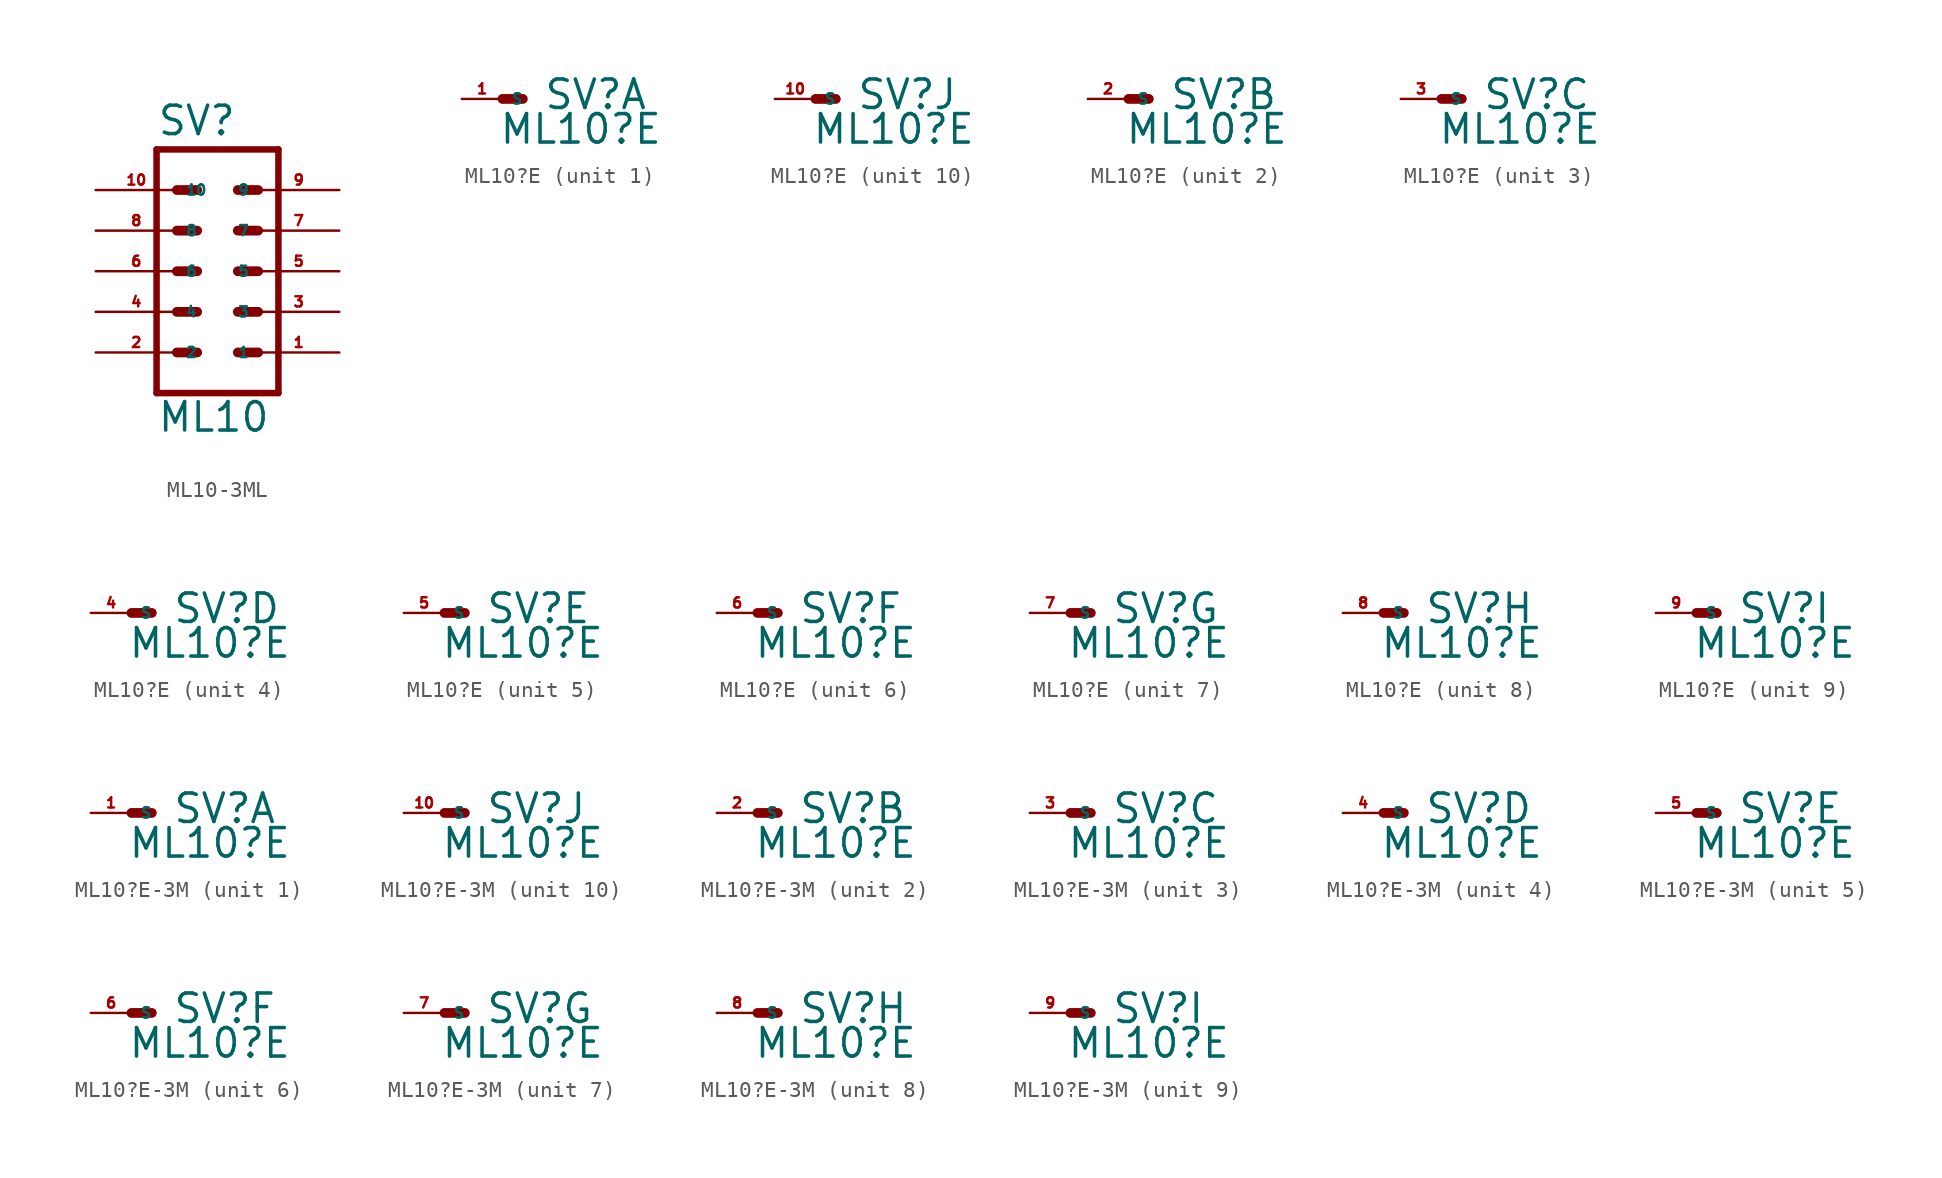
<source format=kicad_sym>
(kicad_symbol_lib
  (version 20220914)
  (generator Eagle2Kicad)
  (symbol "ML10-3ML"
    (property "Reference" "SV"
      (at -3.81 8.382 0)
      (effects (font (size 1.778 1.778) (thickness 0.22)) (justify left bottom)))
    (property "Value" "ML10"
      (at -3.81 -10.16 0)
      (effects (font (size 1.778 1.778) (thickness 0.22)) (justify left bottom)))
    (polyline
      (pts (xy 3.81 -7.62) (xy -3.81 -7.62))
      (stroke (width 0.406) (type default))
      (fill (type none)))
    (polyline
      (pts (xy -3.81 7.62) (xy -3.81 -7.62))
      (stroke (width 0.406) (type default))
      (fill (type none)))
    (polyline
      (pts (xy 3.81 -7.62) (xy 3.81 7.62))
      (stroke (width 0.406) (type default))
      (fill (type none)))
    (polyline
      (pts (xy -3.81 7.62) (xy 3.81 7.62))
      (stroke (width 0.406) (type default))
      (fill (type none)))
    (polyline
      (pts (xy 1.27 5.08) (xy 2.54 5.08))
      (stroke (width 0.61) (type default))
      (fill (type none)))
    (polyline
      (pts (xy 1.27 2.54) (xy 2.54 2.54))
      (stroke (width 0.61) (type default))
      (fill (type none)))
    (polyline
      (pts (xy 1.27 0) (xy 2.54 0))
      (stroke (width 0.61) (type default))
      (fill (type none)))
    (polyline
      (pts (xy 1.27 -2.54) (xy 2.54 -2.54))
      (stroke (width 0.61) (type default))
      (fill (type none)))
    (polyline
      (pts (xy 1.27 -5.08) (xy 2.54 -5.08))
      (stroke (width 0.61) (type default))
      (fill (type none)))
    (polyline
      (pts (xy -2.54 5.08) (xy -1.27 5.08))
      (stroke (width 0.61) (type default))
      (fill (type none)))
    (polyline
      (pts (xy -2.54 2.54) (xy -1.27 2.54))
      (stroke (width 0.61) (type default))
      (fill (type none)))
    (polyline
      (pts (xy -2.54 0) (xy -1.27 0))
      (stroke (width 0.61) (type default))
      (fill (type none)))
    (polyline
      (pts (xy -2.54 -2.54) (xy -1.27 -2.54))
      (stroke (width 0.61) (type default))
      (fill (type none)))
    (polyline
      (pts (xy -2.54 -5.08) (xy -1.27 -5.08))
      (stroke (width 0.61) (type default))
      (fill (type none)))
    (pin passive line
      (at 7.62 -5.08 180)
      (length 5.08)
      (name "1" (effects (font (size 0.635 0.635) (thickness 0.08)) (justify left bottom)))
      (number "1" (effects (font (size 0.635 0.635) (thickness 0.08)) (justify left bottom))))
    (pin passive line
      (at -7.62 -5.08 0)
      (length 5.08)
      (name "2" (effects (font (size 0.635 0.635) (thickness 0.08)) (justify left bottom)))
      (number "2" (effects (font (size 0.635 0.635) (thickness 0.08)) (justify left bottom))))
    (pin passive line
      (at 7.62 -2.54 180)
      (length 5.08)
      (name "3" (effects (font (size 0.635 0.635) (thickness 0.08)) (justify left bottom)))
      (number "3" (effects (font (size 0.635 0.635) (thickness 0.08)) (justify left bottom))))
    (pin passive line
      (at -7.62 -2.54 0)
      (length 5.08)
      (name "4" (effects (font (size 0.635 0.635) (thickness 0.08)) (justify left bottom)))
      (number "4" (effects (font (size 0.635 0.635) (thickness 0.08)) (justify left bottom))))
    (pin passive line
      (at 7.62 0 180)
      (length 5.08)
      (name "5" (effects (font (size 0.635 0.635) (thickness 0.08)) (justify left bottom)))
      (number "5" (effects (font (size 0.635 0.635) (thickness 0.08)) (justify left bottom))))
    (pin passive line
      (at -7.62 0 0)
      (length 5.08)
      (name "6" (effects (font (size 0.635 0.635) (thickness 0.08)) (justify left bottom)))
      (number "6" (effects (font (size 0.635 0.635) (thickness 0.08)) (justify left bottom))))
    (pin passive line
      (at 7.62 2.54 180)
      (length 5.08)
      (name "7" (effects (font (size 0.635 0.635) (thickness 0.08)) (justify left bottom)))
      (number "7" (effects (font (size 0.635 0.635) (thickness 0.08)) (justify left bottom))))
    (pin passive line
      (at -7.62 2.54 0)
      (length 5.08)
      (name "8" (effects (font (size 0.635 0.635) (thickness 0.08)) (justify left bottom)))
      (number "8" (effects (font (size 0.635 0.635) (thickness 0.08)) (justify left bottom))))
    (pin passive line
      (at 7.62 5.08 180)
      (length 5.08)
      (name "9" (effects (font (size 0.635 0.635) (thickness 0.08)) (justify left bottom)))
      (number "9" (effects (font (size 0.635 0.635) (thickness 0.08)) (justify left bottom))))
    (pin passive line
      (at -7.62 5.08 0)
      (length 5.08)
      (name "10" (effects (font (size 0.635 0.635) (thickness 0.08)) (justify left bottom)))
      (number "10" (effects (font (size 0.635 0.635) (thickness 0.08)) (justify left bottom)))))
  (symbol "ML10?E"
    (property "Reference" "SV"
      (at 2.54 -0.762 0)
      (effects (font (size 1.778 1.778) (thickness 0.22)) (justify left bottom)))
    (property "Value" "ML10?E"
      (at -0.254 -2.921 0)
      (effects (font (size 1.778 1.778) (thickness 0.22)) (justify left bottom)))
    (symbol "ML10?E_1_0"
      (polyline (pts (xy 1.27 0) (xy 0 0)) (stroke (width 0.61) (type default)) (fill (type none)))
      (pin passive line (at -2.54 0 0) (length 2.54) (name "S" (effects (font (size 0.635 0.635) (thickness 0.08)) (justify left bottom))) (number "1" (effects (font (size 0.635 0.635) (thickness 0.08)) (justify left bottom)))))
    (symbol "ML10?E_2_0"
      (polyline (pts (xy 1.27 0) (xy 0 0)) (stroke (width 0.61) (type default)) (fill (type none)))
      (pin passive line (at -2.54 0 0) (length 2.54) (name "S" (effects (font (size 0.635 0.635) (thickness 0.08)) (justify left bottom))) (number "2" (effects (font (size 0.635 0.635) (thickness 0.08)) (justify left bottom)))))
    (symbol "ML10?E_3_0"
      (polyline (pts (xy 1.27 0) (xy 0 0)) (stroke (width 0.61) (type default)) (fill (type none)))
      (pin passive line (at -2.54 0 0) (length 2.54) (name "S" (effects (font (size 0.635 0.635) (thickness 0.08)) (justify left bottom))) (number "3" (effects (font (size 0.635 0.635) (thickness 0.08)) (justify left bottom)))))
    (symbol "ML10?E_4_0"
      (polyline (pts (xy 1.27 0) (xy 0 0)) (stroke (width 0.61) (type default)) (fill (type none)))
      (pin passive line (at -2.54 0 0) (length 2.54) (name "S" (effects (font (size 0.635 0.635) (thickness 0.08)) (justify left bottom))) (number "4" (effects (font (size 0.635 0.635) (thickness 0.08)) (justify left bottom)))))
    (symbol "ML10?E_5_0"
      (polyline (pts (xy 1.27 0) (xy 0 0)) (stroke (width 0.61) (type default)) (fill (type none)))
      (pin passive line (at -2.54 0 0) (length 2.54) (name "S" (effects (font (size 0.635 0.635) (thickness 0.08)) (justify left bottom))) (number "5" (effects (font (size 0.635 0.635) (thickness 0.08)) (justify left bottom)))))
    (symbol "ML10?E_6_0"
      (polyline (pts (xy 1.27 0) (xy 0 0)) (stroke (width 0.61) (type default)) (fill (type none)))
      (pin passive line (at -2.54 0 0) (length 2.54) (name "S" (effects (font (size 0.635 0.635) (thickness 0.08)) (justify left bottom))) (number "6" (effects (font (size 0.635 0.635) (thickness 0.08)) (justify left bottom)))))
    (symbol "ML10?E_7_0"
      (polyline (pts (xy 1.27 0) (xy 0 0)) (stroke (width 0.61) (type default)) (fill (type none)))
      (pin passive line (at -2.54 0 0) (length 2.54) (name "S" (effects (font (size 0.635 0.635) (thickness 0.08)) (justify left bottom))) (number "7" (effects (font (size 0.635 0.635) (thickness 0.08)) (justify left bottom)))))
    (symbol "ML10?E_8_0"
      (polyline (pts (xy 1.27 0) (xy 0 0)) (stroke (width 0.61) (type default)) (fill (type none)))
      (pin passive line (at -2.54 0 0) (length 2.54) (name "S" (effects (font (size 0.635 0.635) (thickness 0.08)) (justify left bottom))) (number "8" (effects (font (size 0.635 0.635) (thickness 0.08)) (justify left bottom)))))
    (symbol "ML10?E_9_0"
      (polyline (pts (xy 1.27 0) (xy 0 0)) (stroke (width 0.61) (type default)) (fill (type none)))
      (pin passive line (at -2.54 0 0) (length 2.54) (name "S" (effects (font (size 0.635 0.635) (thickness 0.08)) (justify left bottom))) (number "9" (effects (font (size 0.635 0.635) (thickness 0.08)) (justify left bottom)))))
    (symbol "ML10?E_10_0"
      (polyline (pts (xy 1.27 0) (xy 0 0)) (stroke (width 0.61) (type default)) (fill (type none)))
      (pin passive line (at -2.54 0 0) (length 2.54) (name "S" (effects (font (size 0.635 0.635) (thickness 0.08)) (justify left bottom))) (number "10" (effects (font (size 0.635 0.635) (thickness 0.08)) (justify left bottom))))))
  (symbol "ML10?E-3M"
    (property "Reference" "SV"
      (at 2.54 -0.762 0)
      (effects (font (size 1.778 1.778) (thickness 0.22)) (justify left bottom)))
    (property "Value" "ML10?E"
      (at -0.254 -2.921 0)
      (effects (font (size 1.778 1.778) (thickness 0.22)) (justify left bottom)))
    (symbol "ML10?E-3M_1_0"
      (polyline (pts (xy 1.27 0) (xy 0 0)) (stroke (width 0.61) (type default)) (fill (type none)))
      (pin passive line (at -2.54 0 0) (length 2.54) (name "S" (effects (font (size 0.635 0.635) (thickness 0.08)) (justify left bottom))) (number "1" (effects (font (size 0.635 0.635) (thickness 0.08)) (justify left bottom)))))
    (symbol "ML10?E-3M_2_0"
      (polyline (pts (xy 1.27 0) (xy 0 0)) (stroke (width 0.61) (type default)) (fill (type none)))
      (pin passive line (at -2.54 0 0) (length 2.54) (name "S" (effects (font (size 0.635 0.635) (thickness 0.08)) (justify left bottom))) (number "2" (effects (font (size 0.635 0.635) (thickness 0.08)) (justify left bottom)))))
    (symbol "ML10?E-3M_3_0"
      (polyline (pts (xy 1.27 0) (xy 0 0)) (stroke (width 0.61) (type default)) (fill (type none)))
      (pin passive line (at -2.54 0 0) (length 2.54) (name "S" (effects (font (size 0.635 0.635) (thickness 0.08)) (justify left bottom))) (number "3" (effects (font (size 0.635 0.635) (thickness 0.08)) (justify left bottom)))))
    (symbol "ML10?E-3M_4_0"
      (polyline (pts (xy 1.27 0) (xy 0 0)) (stroke (width 0.61) (type default)) (fill (type none)))
      (pin passive line (at -2.54 0 0) (length 2.54) (name "S" (effects (font (size 0.635 0.635) (thickness 0.08)) (justify left bottom))) (number "4" (effects (font (size 0.635 0.635) (thickness 0.08)) (justify left bottom)))))
    (symbol "ML10?E-3M_5_0"
      (polyline (pts (xy 1.27 0) (xy 0 0)) (stroke (width 0.61) (type default)) (fill (type none)))
      (pin passive line (at -2.54 0 0) (length 2.54) (name "S" (effects (font (size 0.635 0.635) (thickness 0.08)) (justify left bottom))) (number "5" (effects (font (size 0.635 0.635) (thickness 0.08)) (justify left bottom)))))
    (symbol "ML10?E-3M_6_0"
      (polyline (pts (xy 1.27 0) (xy 0 0)) (stroke (width 0.61) (type default)) (fill (type none)))
      (pin passive line (at -2.54 0 0) (length 2.54) (name "S" (effects (font (size 0.635 0.635) (thickness 0.08)) (justify left bottom))) (number "6" (effects (font (size 0.635 0.635) (thickness 0.08)) (justify left bottom)))))
    (symbol "ML10?E-3M_7_0"
      (polyline (pts (xy 1.27 0) (xy 0 0)) (stroke (width 0.61) (type default)) (fill (type none)))
      (pin passive line (at -2.54 0 0) (length 2.54) (name "S" (effects (font (size 0.635 0.635) (thickness 0.08)) (justify left bottom))) (number "7" (effects (font (size 0.635 0.635) (thickness 0.08)) (justify left bottom)))))
    (symbol "ML10?E-3M_8_0"
      (polyline (pts (xy 1.27 0) (xy 0 0)) (stroke (width 0.61) (type default)) (fill (type none)))
      (pin passive line (at -2.54 0 0) (length 2.54) (name "S" (effects (font (size 0.635 0.635) (thickness 0.08)) (justify left bottom))) (number "8" (effects (font (size 0.635 0.635) (thickness 0.08)) (justify left bottom)))))
    (symbol "ML10?E-3M_9_0"
      (polyline (pts (xy 1.27 0) (xy 0 0)) (stroke (width 0.61) (type default)) (fill (type none)))
      (pin passive line (at -2.54 0 0) (length 2.54) (name "S" (effects (font (size 0.635 0.635) (thickness 0.08)) (justify left bottom))) (number "9" (effects (font (size 0.635 0.635) (thickness 0.08)) (justify left bottom)))))
    (symbol "ML10?E-3M_10_0"
      (polyline (pts (xy 1.27 0) (xy 0 0)) (stroke (width 0.61) (type default)) (fill (type none)))
      (pin passive line (at -2.54 0 0) (length 2.54) (name "S" (effects (font (size 0.635 0.635) (thickness 0.08)) (justify left bottom))) (number "10" (effects (font (size 0.635 0.635) (thickness 0.08)) (justify left bottom)))))))
</source>
